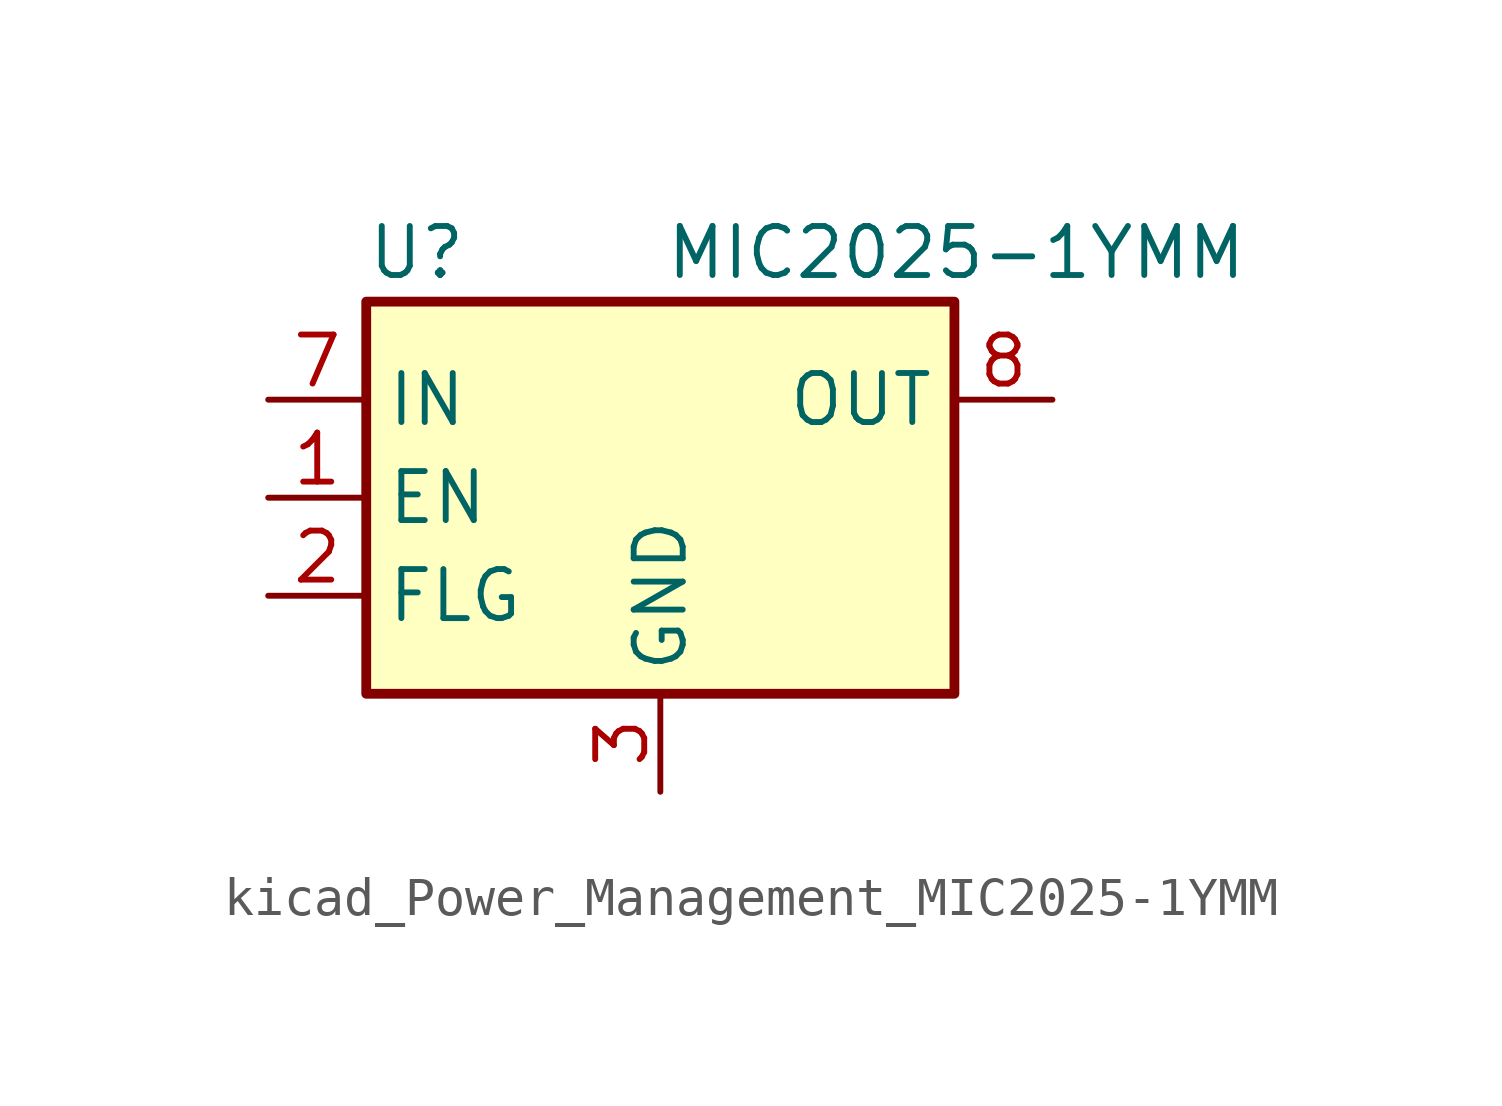
<source format=kicad_sym>
(kicad_symbol_lib
  (version 20220914)
  (generator kicad_symbol_editor)
  (symbol "kicad_Power_Management_MIC2025-1YMM"
    (property "Reference" "U"
      (at -7.62 6.35 0)
      (effects (font (size 1.27 1.27)) (justify left)))
    (property "Value" "MIC2025-1YMM"
      (at 15.24 6.35 0)
      (effects (font (size 1.27 1.27)) (justify right)))
    (symbol "kicad_Power_Management_MIC2025-1YMM_0_1"
      (rectangle (start -7.62 5.08) (end 7.62 -5.08) (stroke (width 0.254) (type default)) (fill (type background))))
    (symbol "kicad_Power_Management_MIC2025-1YMM_1_1"
      (pin input line (at -10.16 0 0) (length 2.54) (name "EN" (effects (font (size 1.27 1.27)))) (number "1" (effects (font (size 1.27 1.27)))))
      (pin open_collector line (at -10.16 -2.54 0) (length 2.54) (name "FLG" (effects (font (size 1.27 1.27)))) (number "2" (effects (font (size 1.27 1.27)))))
      (pin power_in line (at 0 -7.62 90) (length 2.54) (name "GND" (effects (font (size 1.27 1.27)))) (number "3" (effects (font (size 1.27 1.27)))))
      (pin no_connect line (at 7.62 0 180) (length 2.54) hide (name "NC" (effects (font (size 1.27 1.27)))) (number "4" (effects (font (size 1.27 1.27)))))
      (pin no_connect line (at 7.62 -2.54 180) (length 2.54) hide (name "NC" (effects (font (size 1.27 1.27)))) (number "5" (effects (font (size 1.27 1.27)))))
      (pin passive line (at 10.16 2.54 180) (length 2.54) hide (name "OUT" (effects (font (size 1.27 1.27)))) (number "6" (effects (font (size 1.27 1.27)))))
      (pin power_in line (at -10.16 2.54 0) (length 2.54) (name "IN" (effects (font (size 1.27 1.27)))) (number "7" (effects (font (size 1.27 1.27)))))
      (pin power_out line (at 10.16 2.54 180) (length 2.54) (name "OUT" (effects (font (size 1.27 1.27)))) (number "8" (effects (font (size 1.27 1.27))))))))
</source>
